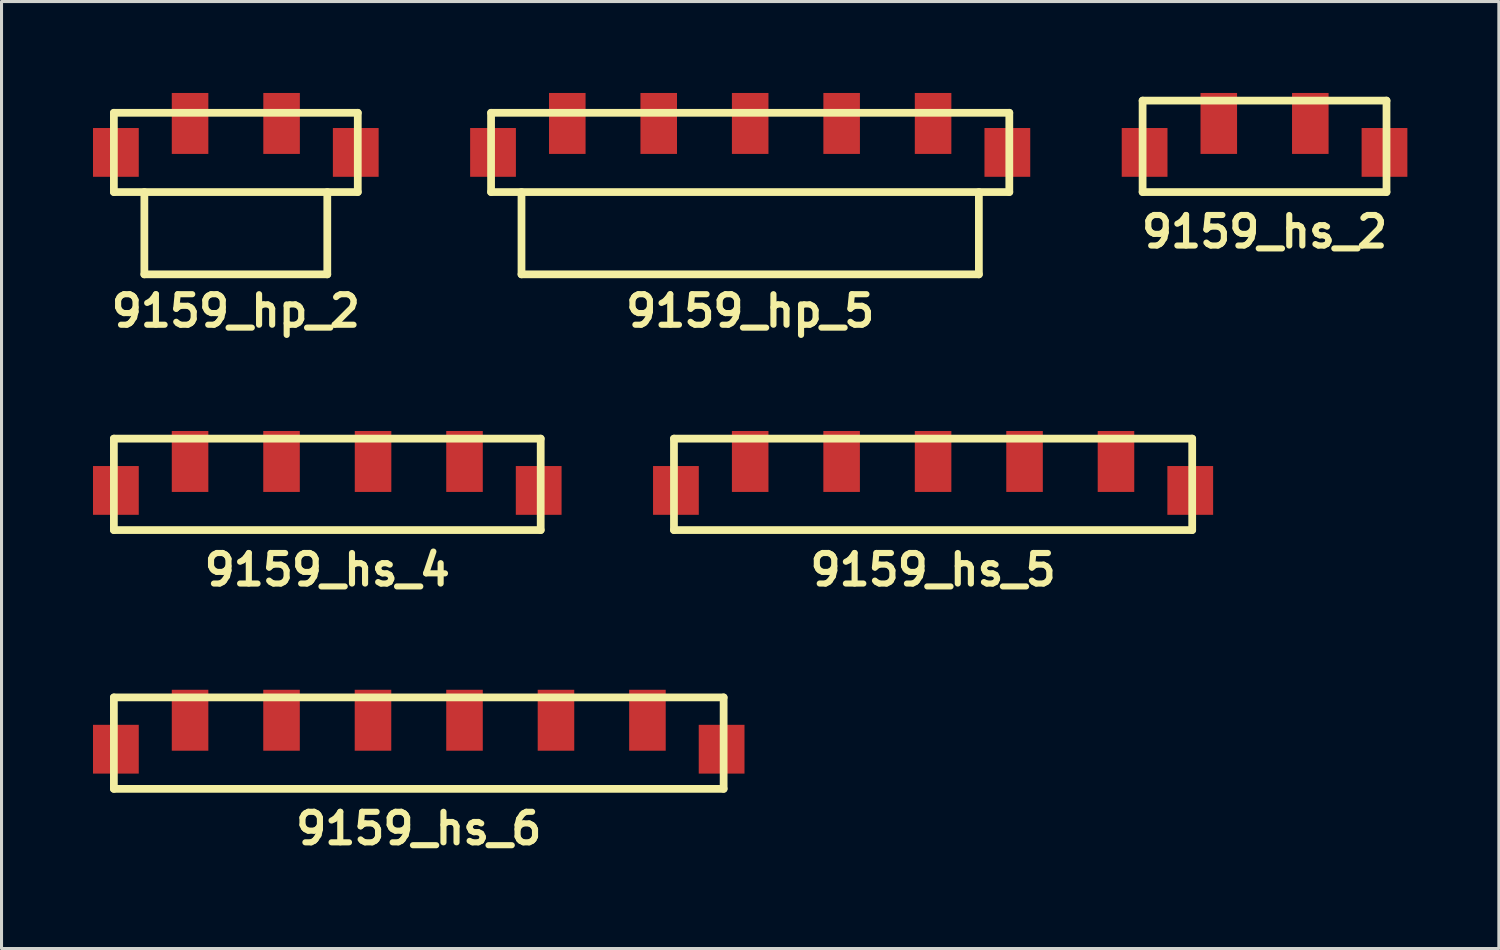
<source format=kicad_pcb>
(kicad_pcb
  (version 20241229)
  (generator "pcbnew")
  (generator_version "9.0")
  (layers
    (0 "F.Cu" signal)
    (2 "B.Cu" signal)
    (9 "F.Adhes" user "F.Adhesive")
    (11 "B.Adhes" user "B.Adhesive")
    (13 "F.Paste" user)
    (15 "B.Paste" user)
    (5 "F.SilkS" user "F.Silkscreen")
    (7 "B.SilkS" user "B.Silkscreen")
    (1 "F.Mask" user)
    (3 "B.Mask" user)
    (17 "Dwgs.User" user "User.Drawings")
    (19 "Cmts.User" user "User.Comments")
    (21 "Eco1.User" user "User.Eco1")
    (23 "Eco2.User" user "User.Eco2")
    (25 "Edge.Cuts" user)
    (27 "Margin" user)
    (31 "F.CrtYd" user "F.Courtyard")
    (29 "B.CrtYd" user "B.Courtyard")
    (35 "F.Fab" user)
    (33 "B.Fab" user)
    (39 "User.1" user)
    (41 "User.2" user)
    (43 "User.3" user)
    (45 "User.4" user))
  (footprint "9159_hs_5"
    (layer "F.Cu")
    (at 27.555 13.036)
    (property "Reference" "9159_hs_5" (at 0 2.601 0) (layer "F.SilkS") (effects (font (size 1.001 1.001) (thickness 0.201))))
    (attr smd)
    (fp_line (start -8.499 -1.699) (end -8.499 1.3) (stroke (width 0.254) (type solid)) (layer "F.SilkS"))
    (fp_line (start -8.499 -1.699) (end 8.499 -1.699) (stroke (width 0.254) (type solid)) (layer "F.SilkS"))
    (fp_line (start 8.499 -1.699) (end 8.499 1.3) (stroke (width 0.254) (type solid)) (layer "F.SilkS"))
    (fp_line (start 8.499 1.3) (end -8.499 1.3) (stroke (width 0.254) (type solid)) (layer "F.SilkS"))
    (pad "1" smd rect (at -5.999 -0.95) (size 1.199 1.999) (layers "F.Cu" "F.Mask" "F.Paste"))
    (pad "2" smd rect (at -3 -0.95) (size 1.199 1.999) (layers "F.Cu" "F.Mask" "F.Paste"))
    (pad "3" smd rect (at 0 -0.95) (size 1.199 1.999) (layers "F.Cu" "F.Mask" "F.Paste"))
    (pad "4" smd rect (at 3 -0.95) (size 1.199 1.999) (layers "F.Cu" "F.Mask" "F.Paste"))
    (pad "5" smd rect (at 5.999 -0.95) (size 1.199 1.999) (layers "F.Cu" "F.Mask" "F.Paste"))
    (pad "6" smd rect (at -8.435 0) (size 1.501 1.6) (layers "F.Cu" "F.Mask" "F.Paste"))
    (pad "6" smd rect (at 8.435 0) (size 1.501 1.6) (layers "F.Cu" "F.Mask" "F.Paste")))
  (footprint "9159_hs_6"
    (layer "F.Cu")
    (at 10.685 21.524)
    (property "Reference" "9159_hs_6" (at 0 2.601 0) (layer "F.SilkS") (effects (font (size 1.001 1.001) (thickness 0.201))))
    (attr smd)
    (fp_line (start -10 -1.699) (end -10 1.3) (stroke (width 0.254) (type solid)) (layer "F.SilkS"))
    (fp_line (start -10 -1.699) (end 10 -1.699) (stroke (width 0.254) (type solid)) (layer "F.SilkS"))
    (fp_line (start 10 -1.699) (end 10 1.3) (stroke (width 0.254) (type solid)) (layer "F.SilkS"))
    (fp_line (start 10 1.3) (end -10 1.3) (stroke (width 0.254) (type solid)) (layer "F.SilkS"))
    (pad "1" smd rect (at -7.501 -0.95) (size 1.199 1.999) (layers "F.Cu" "F.Mask" "F.Paste"))
    (pad "2" smd rect (at -4.501 -0.95) (size 1.199 1.999) (layers "F.Cu" "F.Mask" "F.Paste"))
    (pad "3" smd rect (at -1.501 -0.95) (size 1.199 1.999) (layers "F.Cu" "F.Mask" "F.Paste"))
    (pad "4" smd rect (at 1.501 -0.95) (size 1.199 1.999) (layers "F.Cu" "F.Mask" "F.Paste"))
    (pad "5" smd rect (at 4.501 -0.95) (size 1.199 1.999) (layers "F.Cu" "F.Mask" "F.Paste"))
    (pad "6" smd rect (at 7.501 -0.95) (size 1.199 1.999) (layers "F.Cu" "F.Mask" "F.Paste"))
    (pad "7" smd rect (at -9.934 0) (size 1.501 1.6) (layers "F.Cu" "F.Mask" "F.Paste"))
    (pad "7" smd rect (at 9.934 0) (size 1.501 1.6) (layers "F.Cu" "F.Mask" "F.Paste")))
  (footprint "9159_hs_4"
    (layer "F.Cu")
    (at 7.685 13.036)
    (property "Reference" "9159_hs_4" (at 0 2.601 0) (layer "F.SilkS") (effects (font (size 1.001 1.001) (thickness 0.201))))
    (attr smd)
    (fp_line (start -7 -1.699) (end -7 1.3) (stroke (width 0.254) (type solid)) (layer "F.SilkS"))
    (fp_line (start -7 1.3) (end 7 1.3) (stroke (width 0.254) (type solid)) (layer "F.SilkS"))
    (fp_line (start 7 -1.699) (end -7 -1.699) (stroke (width 0.254) (type solid)) (layer "F.SilkS"))
    (fp_line (start 7 -1.699) (end 7 1.3) (stroke (width 0.254) (type solid)) (layer "F.SilkS"))
    (pad "1" smd rect (at -4.501 -0.95) (size 1.199 1.999) (layers "F.Cu" "F.Mask" "F.Paste"))
    (pad "2" smd rect (at -1.501 -0.95) (size 1.199 1.999) (layers "F.Cu" "F.Mask" "F.Paste"))
    (pad "3" smd rect (at 1.501 -0.95) (size 1.199 1.999) (layers "F.Cu" "F.Mask" "F.Paste"))
    (pad "4" smd rect (at 4.501 -0.95) (size 1.199 1.999) (layers "F.Cu" "F.Mask" "F.Paste"))
    (pad "5" smd rect (at -6.934 0) (size 1.501 1.6) (layers "F.Cu" "F.Mask" "F.Paste"))
    (pad "5" smd rect (at 6.934 0) (size 1.501 1.6) (layers "F.Cu" "F.Mask" "F.Paste")))
  (footprint "9159_hs_2"
    (layer "F.Cu")
    (at 38.427 1.949)
    (property "Reference" "9159_hs_2" (at 0 2.601 0) (layer "F.SilkS") (effects (font (size 1.001 1.001) (thickness 0.201))))
    (attr smd)
    (fp_line (start -4 -1.699) (end -4 1.3) (stroke (width 0.254) (type solid)) (layer "F.SilkS"))
    (fp_line (start -4 1.3) (end 4 1.3) (stroke (width 0.254) (type solid)) (layer "F.SilkS"))
    (fp_line (start 4 -1.699) (end -4 -1.699) (stroke (width 0.254) (type solid)) (layer "F.SilkS"))
    (fp_line (start 4 -1.699) (end 4 1.3) (stroke (width 0.254) (type solid)) (layer "F.SilkS"))
    (pad "1" smd rect (at -1.501 -0.95) (size 1.199 1.999) (layers "F.Cu" "F.Mask" "F.Paste"))
    (pad "2" smd rect (at 1.501 -0.95) (size 1.199 1.999) (layers "F.Cu" "F.Mask" "F.Paste"))
    (pad "3" smd rect (at -3.934 0) (size 1.501 1.6) (layers "F.Cu" "F.Mask" "F.Paste"))
    (pad "3" smd rect (at 3.934 0) (size 1.501 1.6) (layers "F.Cu" "F.Mask" "F.Paste")))
  (footprint "9159_hp_5"
    (layer "F.Cu")
    (at 21.556 1.949)
    (property "Reference" "9159_hp_5" (at 0 5.199 0) (layer "F.SilkS") (effects (font (size 1.001 1.001) (thickness 0.201))))
    (attr smd)
    (fp_line (start -8.499 -1.3) (end -8.499 1.3) (stroke (width 0.254) (type solid)) (layer "F.SilkS"))
    (fp_line (start -8.499 -1.3) (end 8.499 -1.3) (stroke (width 0.254) (type solid)) (layer "F.SilkS"))
    (fp_line (start -7.501 1.3) (end -7.501 4) (stroke (width 0.254) (type solid)) (layer "F.SilkS"))
    (fp_line (start -7.501 4) (end 7.501 4) (stroke (width 0.254) (type solid)) (layer "F.SilkS"))
    (fp_line (start 7.501 4) (end 7.501 1.3) (stroke (width 0.254) (type solid)) (layer "F.SilkS"))
    (fp_line (start 8.499 1.3) (end -8.499 1.3) (stroke (width 0.254) (type solid)) (layer "F.SilkS"))
    (fp_line (start 8.499 1.3) (end 8.499 -1.3) (stroke (width 0.254) (type solid)) (layer "F.SilkS"))
    (pad "1" smd rect (at -5.999 -0.95) (size 1.199 1.999) (layers "F.Cu" "F.Mask" "F.Paste"))
    (pad "2" smd rect (at -3 -0.95) (size 1.199 1.999) (layers "F.Cu" "F.Mask" "F.Paste"))
    (pad "3" smd rect (at 0 -0.95) (size 1.199 1.999) (layers "F.Cu" "F.Mask" "F.Paste"))
    (pad "4" smd rect (at 3 -0.95) (size 1.199 1.999) (layers "F.Cu" "F.Mask" "F.Paste"))
    (pad "5" smd rect (at 5.999 -0.95) (size 1.199 1.999) (layers "F.Cu" "F.Mask" "F.Paste"))
    (pad "6" smd rect (at -8.435 0) (size 1.501 1.6) (layers "F.Cu" "F.Mask" "F.Paste"))
    (pad "6" smd rect (at 8.435 0) (size 1.501 1.6) (layers "F.Cu" "F.Mask" "F.Paste")))
  (footprint "9159_hp_2"
    (layer "F.Cu")
    (at 4.685 1.949)
    (property "Reference" "9159_hp_2" (at 0 5.199 0) (layer "F.SilkS") (effects (font (size 1.001 1.001) (thickness 0.201))))
    (attr smd)
    (fp_line (start -4 -1.3) (end -4 1.3) (stroke (width 0.254) (type solid)) (layer "F.SilkS"))
    (fp_line (start -4 1.3) (end 4 1.3) (stroke (width 0.254) (type solid)) (layer "F.SilkS"))
    (fp_line (start -3 1.3) (end -3 4) (stroke (width 0.254) (type solid)) (layer "F.SilkS"))
    (fp_line (start -3 4) (end 3 4) (stroke (width 0.254) (type solid)) (layer "F.SilkS"))
    (fp_line (start 3 4) (end 3 1.3) (stroke (width 0.254) (type solid)) (layer "F.SilkS"))
    (fp_line (start 4 -1.3) (end -4 -1.3) (stroke (width 0.254) (type solid)) (layer "F.SilkS"))
    (fp_line (start 4 1.3) (end 4 -1.3) (stroke (width 0.254) (type solid)) (layer "F.SilkS"))
    (pad "1" smd rect (at -1.501 -0.95) (size 1.199 1.999) (layers "F.Cu" "F.Mask" "F.Paste"))
    (pad "2" smd rect (at 1.501 -0.95) (size 1.199 1.999) (layers "F.Cu" "F.Mask" "F.Paste"))
    (pad "3" smd rect (at -3.934 0) (size 1.501 1.6) (layers "F.Cu" "F.Mask" "F.Paste"))
    (pad "3" smd rect (at 3.934 0) (size 1.501 1.6) (layers "F.Cu" "F.Mask" "F.Paste")))
  (gr_rect
    (start -3 -3)
    (end 46.112 28.062)
    (stroke (width 0.1) (type default))
    (fill no)
    (layer "Edge.Cuts")))
</source>
